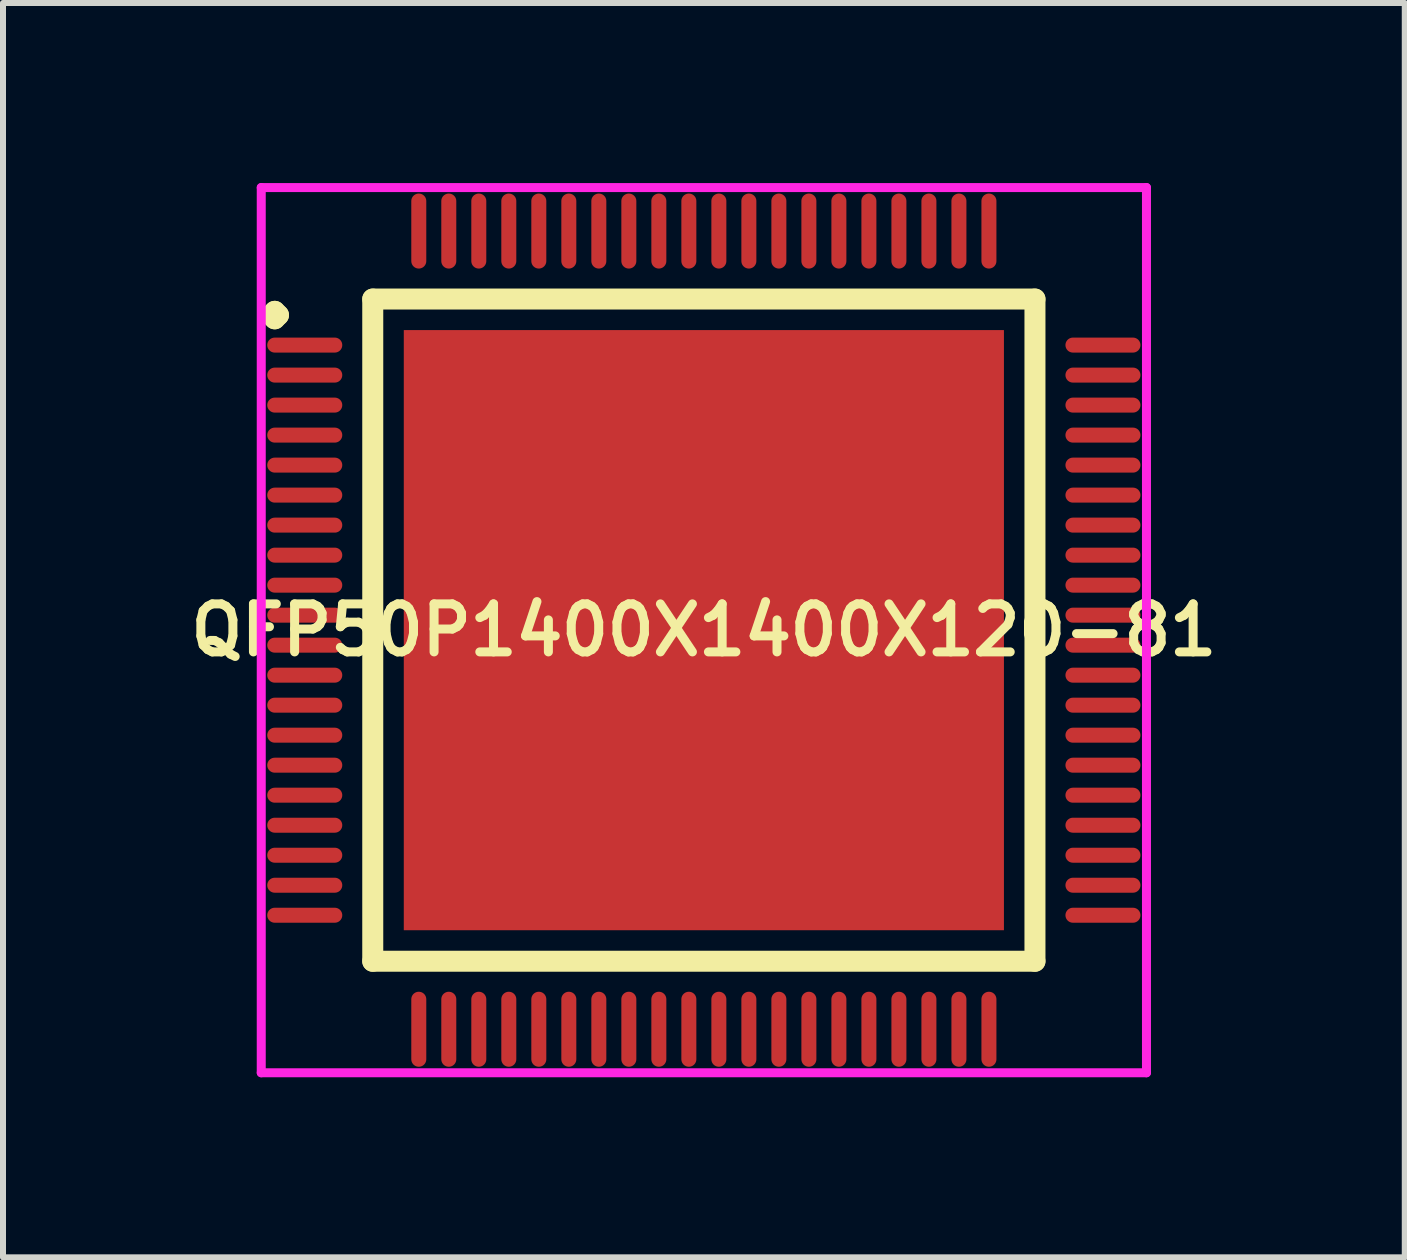
<source format=kicad_pcb>
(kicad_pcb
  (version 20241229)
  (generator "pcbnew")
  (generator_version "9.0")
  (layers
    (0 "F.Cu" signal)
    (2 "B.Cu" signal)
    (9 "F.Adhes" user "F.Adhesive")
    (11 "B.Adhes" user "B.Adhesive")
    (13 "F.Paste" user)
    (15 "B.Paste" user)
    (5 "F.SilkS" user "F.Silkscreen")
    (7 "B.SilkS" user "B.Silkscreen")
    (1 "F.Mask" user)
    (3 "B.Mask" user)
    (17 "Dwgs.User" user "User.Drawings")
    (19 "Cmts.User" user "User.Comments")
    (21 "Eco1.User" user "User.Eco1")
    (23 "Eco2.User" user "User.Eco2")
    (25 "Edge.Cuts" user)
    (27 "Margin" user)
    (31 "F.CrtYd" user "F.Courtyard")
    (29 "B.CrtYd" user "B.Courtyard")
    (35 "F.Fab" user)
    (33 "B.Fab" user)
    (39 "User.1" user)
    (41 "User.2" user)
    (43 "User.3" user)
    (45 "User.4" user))
  (footprint "QFP50P1400X1400X120-81"
    (layer "F.Cu")
    (at 8.678 7.45)
    (property "Reference" "QFP50P1400X1400X120-81" (at 0 0 0) (layer "F.SilkS") (effects (font (size 0.8 0.8) (thickness 0.15))))
    (attr smd)
    (fp_line (start -7.213 -5.25) (end -7.15 -5.312) (stroke (width 0.35) (type solid)) (layer "F.SilkS"))
    (fp_line (start -7.15 -5.312) (end -7.088 -5.25) (stroke (width 0.35) (type solid)) (layer "F.SilkS"))
    (fp_line (start -7.15 -5.188) (end -7.213 -5.25) (stroke (width 0.35) (type solid)) (layer "F.SilkS"))
    (fp_line (start -7.088 -5.25) (end -7.15 -5.188) (stroke (width 0.35) (type solid)) (layer "F.SilkS"))
    (fp_line (start -5.517 -5.517) (end -5.517 5.517) (stroke (width 0.35) (type solid)) (layer "F.SilkS"))
    (fp_line (start -5.517 5.517) (end 5.517 5.517) (stroke (width 0.35) (type solid)) (layer "F.SilkS"))
    (fp_line (start 5.517 -5.517) (end -5.517 -5.517) (stroke (width 0.35) (type solid)) (layer "F.SilkS"))
    (fp_line (start 5.517 5.517) (end 5.517 -5.517) (stroke (width 0.35) (type solid)) (layer "F.SilkS"))
    (fp_line (start -7.375 -7.375) (end 7.375 -7.375) (stroke (width 0.15) (type solid)) (layer "F.CrtYd"))
    (fp_line (start -7.375 7.375) (end -7.375 -7.375) (stroke (width 0.15) (type solid)) (layer "F.CrtYd"))
    (fp_line (start 7.375 -7.375) (end 7.375 7.375) (stroke (width 0.15) (type solid)) (layer "F.CrtYd"))
    (fp_line (start 7.375 7.375) (end -7.375 7.375) (stroke (width 0.15) (type solid)) (layer "F.CrtYd"))
    (pad "1" smd oval (at -6.65 -4.75) (size 1.25 0.25) (layers "F.Cu" "F.Mask" "F.Paste"))
    (pad "2" smd oval (at -6.65 -4.25) (size 1.25 0.25) (layers "F.Cu" "F.Mask" "F.Paste"))
    (pad "3" smd oval (at -6.65 -3.75) (size 1.25 0.25) (layers "F.Cu" "F.Mask" "F.Paste"))
    (pad "4" smd oval (at -6.65 -3.25) (size 1.25 0.25) (layers "F.Cu" "F.Mask" "F.Paste"))
    (pad "5" smd oval (at -6.65 -2.75) (size 1.25 0.25) (layers "F.Cu" "F.Mask" "F.Paste"))
    (pad "6" smd oval (at -6.65 -2.25) (size 1.25 0.25) (layers "F.Cu" "F.Mask" "F.Paste"))
    (pad "7" smd oval (at -6.65 -1.75) (size 1.25 0.25) (layers "F.Cu" "F.Mask" "F.Paste"))
    (pad "8" smd oval (at -6.65 -1.25) (size 1.25 0.25) (layers "F.Cu" "F.Mask" "F.Paste"))
    (pad "9" smd oval (at -6.65 -0.75) (size 1.25 0.25) (layers "F.Cu" "F.Mask" "F.Paste"))
    (pad "10" smd oval (at -6.65 -0.25) (size 1.25 0.25) (layers "F.Cu" "F.Mask" "F.Paste"))
    (pad "11" smd oval (at -6.65 0.25) (size 1.25 0.25) (layers "F.Cu" "F.Mask" "F.Paste"))
    (pad "12" smd oval (at -6.65 0.75) (size 1.25 0.25) (layers "F.Cu" "F.Mask" "F.Paste"))
    (pad "13" smd oval (at -6.65 1.25) (size 1.25 0.25) (layers "F.Cu" "F.Mask" "F.Paste"))
    (pad "14" smd oval (at -6.65 1.75) (size 1.25 0.25) (layers "F.Cu" "F.Mask" "F.Paste"))
    (pad "15" smd oval (at -6.65 2.25) (size 1.25 0.25) (layers "F.Cu" "F.Mask" "F.Paste"))
    (pad "16" smd oval (at -6.65 2.75) (size 1.25 0.25) (layers "F.Cu" "F.Mask" "F.Paste"))
    (pad "17" smd oval (at -6.65 3.25) (size 1.25 0.25) (layers "F.Cu" "F.Mask" "F.Paste"))
    (pad "18" smd oval (at -6.65 3.75) (size 1.25 0.25) (layers "F.Cu" "F.Mask" "F.Paste"))
    (pad "19" smd oval (at -6.65 4.25) (size 1.25 0.25) (layers "F.Cu" "F.Mask" "F.Paste"))
    (pad "20" smd oval (at -6.65 4.75) (size 1.25 0.25) (layers "F.Cu" "F.Mask" "F.Paste"))
    (pad "21" smd oval (at -4.75 6.65) (size 0.25 1.25) (layers "F.Cu" "F.Mask" "F.Paste"))
    (pad "22" smd oval (at -4.25 6.65) (size 0.25 1.25) (layers "F.Cu" "F.Mask" "F.Paste"))
    (pad "23" smd oval (at -3.75 6.65) (size 0.25 1.25) (layers "F.Cu" "F.Mask" "F.Paste"))
    (pad "24" smd oval (at -3.25 6.65) (size 0.25 1.25) (layers "F.Cu" "F.Mask" "F.Paste"))
    (pad "25" smd oval (at -2.75 6.65) (size 0.25 1.25) (layers "F.Cu" "F.Mask" "F.Paste"))
    (pad "26" smd oval (at -2.25 6.65) (size 0.25 1.25) (layers "F.Cu" "F.Mask" "F.Paste"))
    (pad "27" smd oval (at -1.75 6.65) (size 0.25 1.25) (layers "F.Cu" "F.Mask" "F.Paste"))
    (pad "28" smd oval (at -1.25 6.65) (size 0.25 1.25) (layers "F.Cu" "F.Mask" "F.Paste"))
    (pad "29" smd oval (at -0.75 6.65) (size 0.25 1.25) (layers "F.Cu" "F.Mask" "F.Paste"))
    (pad "30" smd oval (at -0.25 6.65) (size 0.25 1.25) (layers "F.Cu" "F.Mask" "F.Paste"))
    (pad "31" smd oval (at 0.25 6.65) (size 0.25 1.25) (layers "F.Cu" "F.Mask" "F.Paste"))
    (pad "32" smd oval (at 0.75 6.65) (size 0.25 1.25) (layers "F.Cu" "F.Mask" "F.Paste"))
    (pad "33" smd oval (at 1.25 6.65) (size 0.25 1.25) (layers "F.Cu" "F.Mask" "F.Paste"))
    (pad "34" smd oval (at 1.75 6.65) (size 0.25 1.25) (layers "F.Cu" "F.Mask" "F.Paste"))
    (pad "35" smd oval (at 2.25 6.65) (size 0.25 1.25) (layers "F.Cu" "F.Mask" "F.Paste"))
    (pad "36" smd oval (at 2.75 6.65) (size 0.25 1.25) (layers "F.Cu" "F.Mask" "F.Paste"))
    (pad "37" smd oval (at 3.25 6.65) (size 0.25 1.25) (layers "F.Cu" "F.Mask" "F.Paste"))
    (pad "38" smd oval (at 3.75 6.65) (size 0.25 1.25) (layers "F.Cu" "F.Mask" "F.Paste"))
    (pad "39" smd oval (at 4.25 6.65) (size 0.25 1.25) (layers "F.Cu" "F.Mask" "F.Paste"))
    (pad "40" smd oval (at 4.75 6.65) (size 0.25 1.25) (layers "F.Cu" "F.Mask" "F.Paste"))
    (pad "41" smd oval (at 6.65 4.75) (size 1.25 0.25) (layers "F.Cu" "F.Mask" "F.Paste"))
    (pad "42" smd oval (at 6.65 4.25) (size 1.25 0.25) (layers "F.Cu" "F.Mask" "F.Paste"))
    (pad "43" smd oval (at 6.65 3.75) (size 1.25 0.25) (layers "F.Cu" "F.Mask" "F.Paste"))
    (pad "44" smd oval (at 6.65 3.25) (size 1.25 0.25) (layers "F.Cu" "F.Mask" "F.Paste"))
    (pad "45" smd oval (at 6.65 2.75) (size 1.25 0.25) (layers "F.Cu" "F.Mask" "F.Paste"))
    (pad "46" smd oval (at 6.65 2.25) (size 1.25 0.25) (layers "F.Cu" "F.Mask" "F.Paste"))
    (pad "47" smd oval (at 6.65 1.75) (size 1.25 0.25) (layers "F.Cu" "F.Mask" "F.Paste"))
    (pad "48" smd oval (at 6.65 1.25) (size 1.25 0.25) (layers "F.Cu" "F.Mask" "F.Paste"))
    (pad "49" smd oval (at 6.65 0.75) (size 1.25 0.25) (layers "F.Cu" "F.Mask" "F.Paste"))
    (pad "50" smd oval (at 6.65 0.25) (size 1.25 0.25) (layers "F.Cu" "F.Mask" "F.Paste"))
    (pad "51" smd oval (at 6.65 -0.25) (size 1.25 0.25) (layers "F.Cu" "F.Mask" "F.Paste"))
    (pad "52" smd oval (at 6.65 -0.75) (size 1.25 0.25) (layers "F.Cu" "F.Mask" "F.Paste"))
    (pad "53" smd oval (at 6.65 -1.25) (size 1.25 0.25) (layers "F.Cu" "F.Mask" "F.Paste"))
    (pad "54" smd oval (at 6.65 -1.75) (size 1.25 0.25) (layers "F.Cu" "F.Mask" "F.Paste"))
    (pad "55" smd oval (at 6.65 -2.25) (size 1.25 0.25) (layers "F.Cu" "F.Mask" "F.Paste"))
    (pad "56" smd oval (at 6.65 -2.75) (size 1.25 0.25) (layers "F.Cu" "F.Mask" "F.Paste"))
    (pad "57" smd oval (at 6.65 -3.25) (size 1.25 0.25) (layers "F.Cu" "F.Mask" "F.Paste"))
    (pad "58" smd oval (at 6.65 -3.75) (size 1.25 0.25) (layers "F.Cu" "F.Mask" "F.Paste"))
    (pad "59" smd oval (at 6.65 -4.25) (size 1.25 0.25) (layers "F.Cu" "F.Mask" "F.Paste"))
    (pad "60" smd oval (at 6.65 -4.75) (size 1.25 0.25) (layers "F.Cu" "F.Mask" "F.Paste"))
    (pad "61" smd oval (at 4.75 -6.65) (size 0.25 1.25) (layers "F.Cu" "F.Mask" "F.Paste"))
    (pad "62" smd oval (at 4.25 -6.65) (size 0.25 1.25) (layers "F.Cu" "F.Mask" "F.Paste"))
    (pad "63" smd oval (at 3.75 -6.65) (size 0.25 1.25) (layers "F.Cu" "F.Mask" "F.Paste"))
    (pad "64" smd oval (at 3.25 -6.65) (size 0.25 1.25) (layers "F.Cu" "F.Mask" "F.Paste"))
    (pad "65" smd oval (at 2.75 -6.65) (size 0.25 1.25) (layers "F.Cu" "F.Mask" "F.Paste"))
    (pad "66" smd oval (at 2.25 -6.65) (size 0.25 1.25) (layers "F.Cu" "F.Mask" "F.Paste"))
    (pad "67" smd oval (at 1.75 -6.65) (size 0.25 1.25) (layers "F.Cu" "F.Mask" "F.Paste"))
    (pad "68" smd oval (at 1.25 -6.65) (size 0.25 1.25) (layers "F.Cu" "F.Mask" "F.Paste"))
    (pad "69" smd oval (at 0.75 -6.65) (size 0.25 1.25) (layers "F.Cu" "F.Mask" "F.Paste"))
    (pad "70" smd oval (at 0.25 -6.65) (size 0.25 1.25) (layers "F.Cu" "F.Mask" "F.Paste"))
    (pad "71" smd oval (at -0.25 -6.65) (size 0.25 1.25) (layers "F.Cu" "F.Mask" "F.Paste"))
    (pad "72" smd oval (at -0.75 -6.65) (size 0.25 1.25) (layers "F.Cu" "F.Mask" "F.Paste"))
    (pad "73" smd oval (at -1.25 -6.65) (size 0.25 1.25) (layers "F.Cu" "F.Mask" "F.Paste"))
    (pad "74" smd oval (at -1.75 -6.65) (size 0.25 1.25) (layers "F.Cu" "F.Mask" "F.Paste"))
    (pad "75" smd oval (at -2.25 -6.65) (size 0.25 1.25) (layers "F.Cu" "F.Mask" "F.Paste"))
    (pad "76" smd oval (at -2.75 -6.65) (size 0.25 1.25) (layers "F.Cu" "F.Mask" "F.Paste"))
    (pad "77" smd oval (at -3.25 -6.65) (size 0.25 1.25) (layers "F.Cu" "F.Mask" "F.Paste"))
    (pad "78" smd oval (at -3.75 -6.65) (size 0.25 1.25) (layers "F.Cu" "F.Mask" "F.Paste"))
    (pad "79" smd oval (at -4.25 -6.65) (size 0.25 1.25) (layers "F.Cu" "F.Mask" "F.Paste"))
    (pad "80" smd oval (at -4.75 -6.65) (size 0.25 1.25) (layers "F.Cu" "F.Mask" "F.Paste"))
    (pad "81" smd rect (at 0 0) (size 10 10) (layers "F.Cu" "F.Mask" "F.Paste")))
  (gr_rect
    (start -3 -3)
    (end 20.357 17.9)
    (stroke (width 0.1) (type default))
    (fill no)
    (layer "Edge.Cuts")))
</source>
